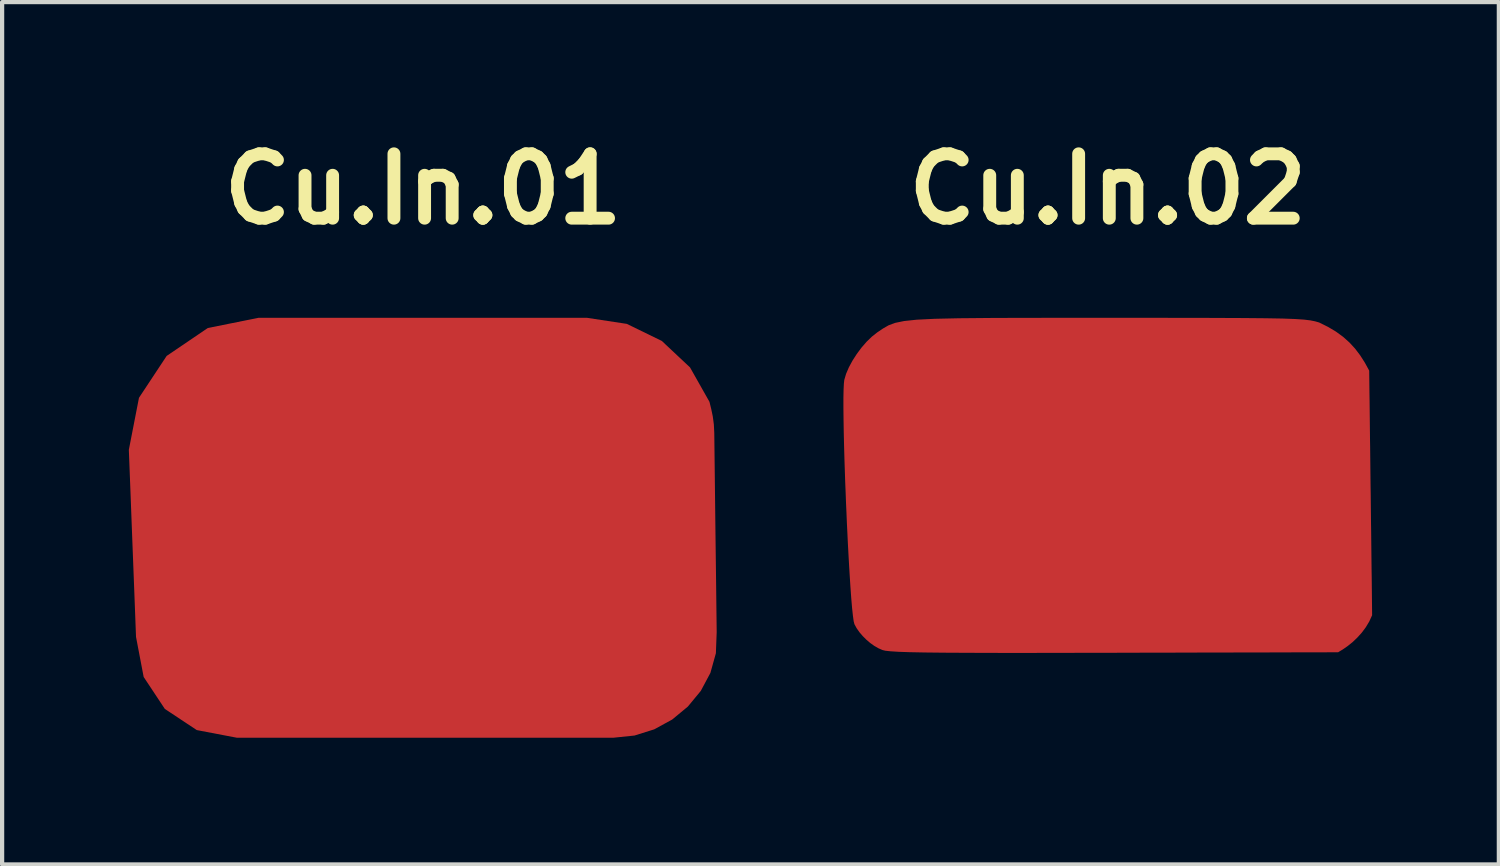
<source format=kicad_pcb>
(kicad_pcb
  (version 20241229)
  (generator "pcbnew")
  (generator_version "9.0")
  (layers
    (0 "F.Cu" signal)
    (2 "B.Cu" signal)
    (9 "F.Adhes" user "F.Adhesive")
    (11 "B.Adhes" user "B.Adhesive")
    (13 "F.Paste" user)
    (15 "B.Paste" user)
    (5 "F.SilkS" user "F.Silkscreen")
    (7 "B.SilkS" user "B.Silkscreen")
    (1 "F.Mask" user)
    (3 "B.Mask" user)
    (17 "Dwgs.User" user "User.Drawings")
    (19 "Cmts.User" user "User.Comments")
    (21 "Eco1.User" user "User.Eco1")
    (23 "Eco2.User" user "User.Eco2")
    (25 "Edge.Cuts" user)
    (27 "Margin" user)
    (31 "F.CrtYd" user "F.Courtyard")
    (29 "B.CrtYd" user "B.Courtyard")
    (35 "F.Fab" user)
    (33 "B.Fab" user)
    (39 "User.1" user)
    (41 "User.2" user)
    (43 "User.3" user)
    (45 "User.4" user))
  (footprint "Cu.In.01"
    (layer "F.Cu")
    (at 6.965 9.444)
    (property "Reference" "Cu.In.01" (at 0 -8.018 0) (layer "F.SilkS") (effects (font (size 1.524 1.524) (thickness 0.305))))
    (attr smd)
    (fp_poly (pts (xy -4.409 4.97) (xy -2.18 4.97) (xy 0.05 4.97) (xy 2.279 4.97) (xy 4.508 4.97) (xy 5.007 4.918) (xy 5.474 4.771) (xy 5.898 4.539) (xy 6.269 4.232) (xy 6.575 3.861) (xy 6.802 3.436) (xy 6.932 2.97) (xy 6.951 2.471) (xy 6.937 1.292) (xy 6.922 0.114) (xy 6.908 -1.065) (xy 6.894 -2.244) (xy 6.884 -2.447) (xy 6.859 -2.634) (xy 6.822 -2.811) (xy 6.78 -2.982) (xy 6.32 -3.796) (xy 5.652 -4.423) (xy 4.823 -4.827) (xy 3.884 -4.97) (xy 1.938 -4.97) (xy -0.007 -4.97) (xy -1.952 -4.97) (xy -3.898 -4.97) (xy -5.096 -4.729) (xy -6.07 -4.068) (xy -6.725 -3.077) (xy -6.965 -1.846) (xy -6.922 -0.738) (xy -6.88 0.369) (xy -6.837 1.477) (xy -6.795 2.584) (xy -6.614 3.532) (xy -6.113 4.288) (xy -5.357 4.789) (xy -4.409 4.97) (xy -4.409 4.97)) (stroke (width 0) (type solid)) (fill yes) (layer "F.Cu")))
  (footprint "Cu.In.02"
    (layer "F.Cu")
    (at 23.174 8.44)
    (property "Reference" "Cu.In.02" (at 0 -7.014 0) (layer "F.SilkS") (effects (font (size 1.524 1.524) (thickness 0.305))))
    (attr smd)
    (fp_poly (pts (xy -5.334 3.898) (xy -5.43 3.856) (xy -5.527 3.8) (xy -5.623 3.732) (xy -5.715 3.653) (xy -5.801 3.567) (xy -5.879 3.476) (xy -5.945 3.382) (xy -5.997 3.287) (xy -6.015 3.218) (xy -6.033 3.087) (xy -6.053 2.901) (xy -6.073 2.665) (xy -6.093 2.387) (xy -6.113 2.073) (xy -6.133 1.73) (xy -6.153 1.363) (xy -6.164 1.128) (xy -6.176 0.887) (xy -6.186 0.644) (xy -6.197 0.399) (xy -6.206 0.154) (xy -6.216 -0.09) (xy -6.224 -0.331) (xy -6.232 -0.567) (xy -6.242 -0.921) (xy -6.25 -1.255) (xy -6.255 -1.562) (xy -6.258 -1.837) (xy -6.258 -2.074) (xy -6.254 -2.267) (xy -6.247 -2.41) (xy -6.237 -2.498) (xy -6.195 -2.64) (xy -6.129 -2.794) (xy -6.043 -2.953) (xy -5.942 -3.11) (xy -5.829 -3.262) (xy -5.708 -3.401) (xy -5.583 -3.522) (xy -5.459 -3.62) (xy -5.321 -3.713) (xy -5.191 -3.788) (xy -5.036 -3.846) (xy -4.823 -3.89) (xy -4.522 -3.922) (xy -4.099 -3.943) (xy -3.522 -3.956) (xy -2.76 -3.963) (xy -2.491 -3.964) (xy -2.202 -3.965) (xy -1.892 -3.965) (xy -1.56 -3.966) (xy -1.205 -3.966) (xy -0.826 -3.966) (xy -0.423 -3.966) (xy 0.006 -3.966) (xy 0.389 -3.966) (xy 0.751 -3.966) (xy 1.093 -3.966) (xy 1.414 -3.966) (xy 1.715 -3.965) (xy 1.997 -3.965) (xy 2.262 -3.965) (xy 2.508 -3.964) (xy 3.201 -3.961) (xy 3.737 -3.956) (xy 4.14 -3.949) (xy 4.435 -3.938) (xy 4.645 -3.924) (xy 4.794 -3.906) (xy 4.905 -3.884) (xy 5.003 -3.856) (xy 5.215 -3.751) (xy 5.403 -3.639) (xy 5.57 -3.517) (xy 5.719 -3.384) (xy 5.853 -3.239) (xy 5.974 -3.08) (xy 6.085 -2.906) (xy 6.189 -2.716) (xy 6.191 -2.535) (xy 6.193 -2.354) (xy 6.195 -2.173) (xy 6.198 -1.992) (xy 6.2 -1.811) (xy 6.202 -1.63) (xy 6.204 -1.449) (xy 6.206 -1.269) (xy 6.208 -1.088) (xy 6.211 -0.907) (xy 6.213 -0.726) (xy 6.215 -0.545) (xy 6.217 -0.364) (xy 6.219 -0.183) (xy 6.221 -0.002) (xy 6.224 0.179) (xy 6.226 0.36) (xy 6.228 0.541) (xy 6.23 0.722) (xy 6.232 0.903) (xy 6.235 1.084) (xy 6.237 1.265) (xy 6.239 1.446) (xy 6.241 1.627) (xy 6.243 1.808) (xy 6.245 1.989) (xy 6.248 2.17) (xy 6.25 2.351) (xy 6.252 2.531) (xy 6.254 2.712) (xy 6.256 2.893) (xy 6.258 3.074) (xy 6.19 3.223) (xy 6.107 3.361) (xy 6.012 3.488) (xy 5.908 3.603) (xy 5.798 3.708) (xy 5.683 3.801) (xy 5.567 3.882) (xy 5.453 3.951) (xy 5.122 3.952) (xy 4.792 3.952) (xy 4.461 3.953) (xy 4.131 3.954) (xy 3.8 3.955) (xy 3.47 3.955) (xy 3.14 3.956) (xy 2.809 3.957) (xy 2.479 3.958) (xy 2.148 3.958) (xy 1.818 3.959) (xy 1.487 3.96) (xy 1.157 3.96) (xy 0.827 3.961) (xy 0.496 3.962) (xy 0.166 3.963) (xy -0.248 3.964) (xy -0.641 3.964) (xy -1.013 3.965) (xy -1.365 3.965) (xy -1.698 3.966) (xy -2.012 3.966) (xy -2.308 3.966) (xy -2.586 3.966) (xy -3.294 3.964) (xy -3.872 3.961) (xy -4.332 3.956) (xy -4.688 3.949) (xy -4.953 3.94) (xy -5.141 3.928) (xy -5.263 3.915) (xy -5.334 3.898) (xy -5.334 3.898) (xy -5.334 3.898) (xy -5.334 3.898)) (stroke (width 0) (type solid)) (fill yes) (layer "F.Cu")))
  (gr_rect
    (start -3 -3)
    (end 32.432 17.414)
    (stroke (width 0.1) (type default))
    (fill no)
    (layer "Edge.Cuts")))
</source>
